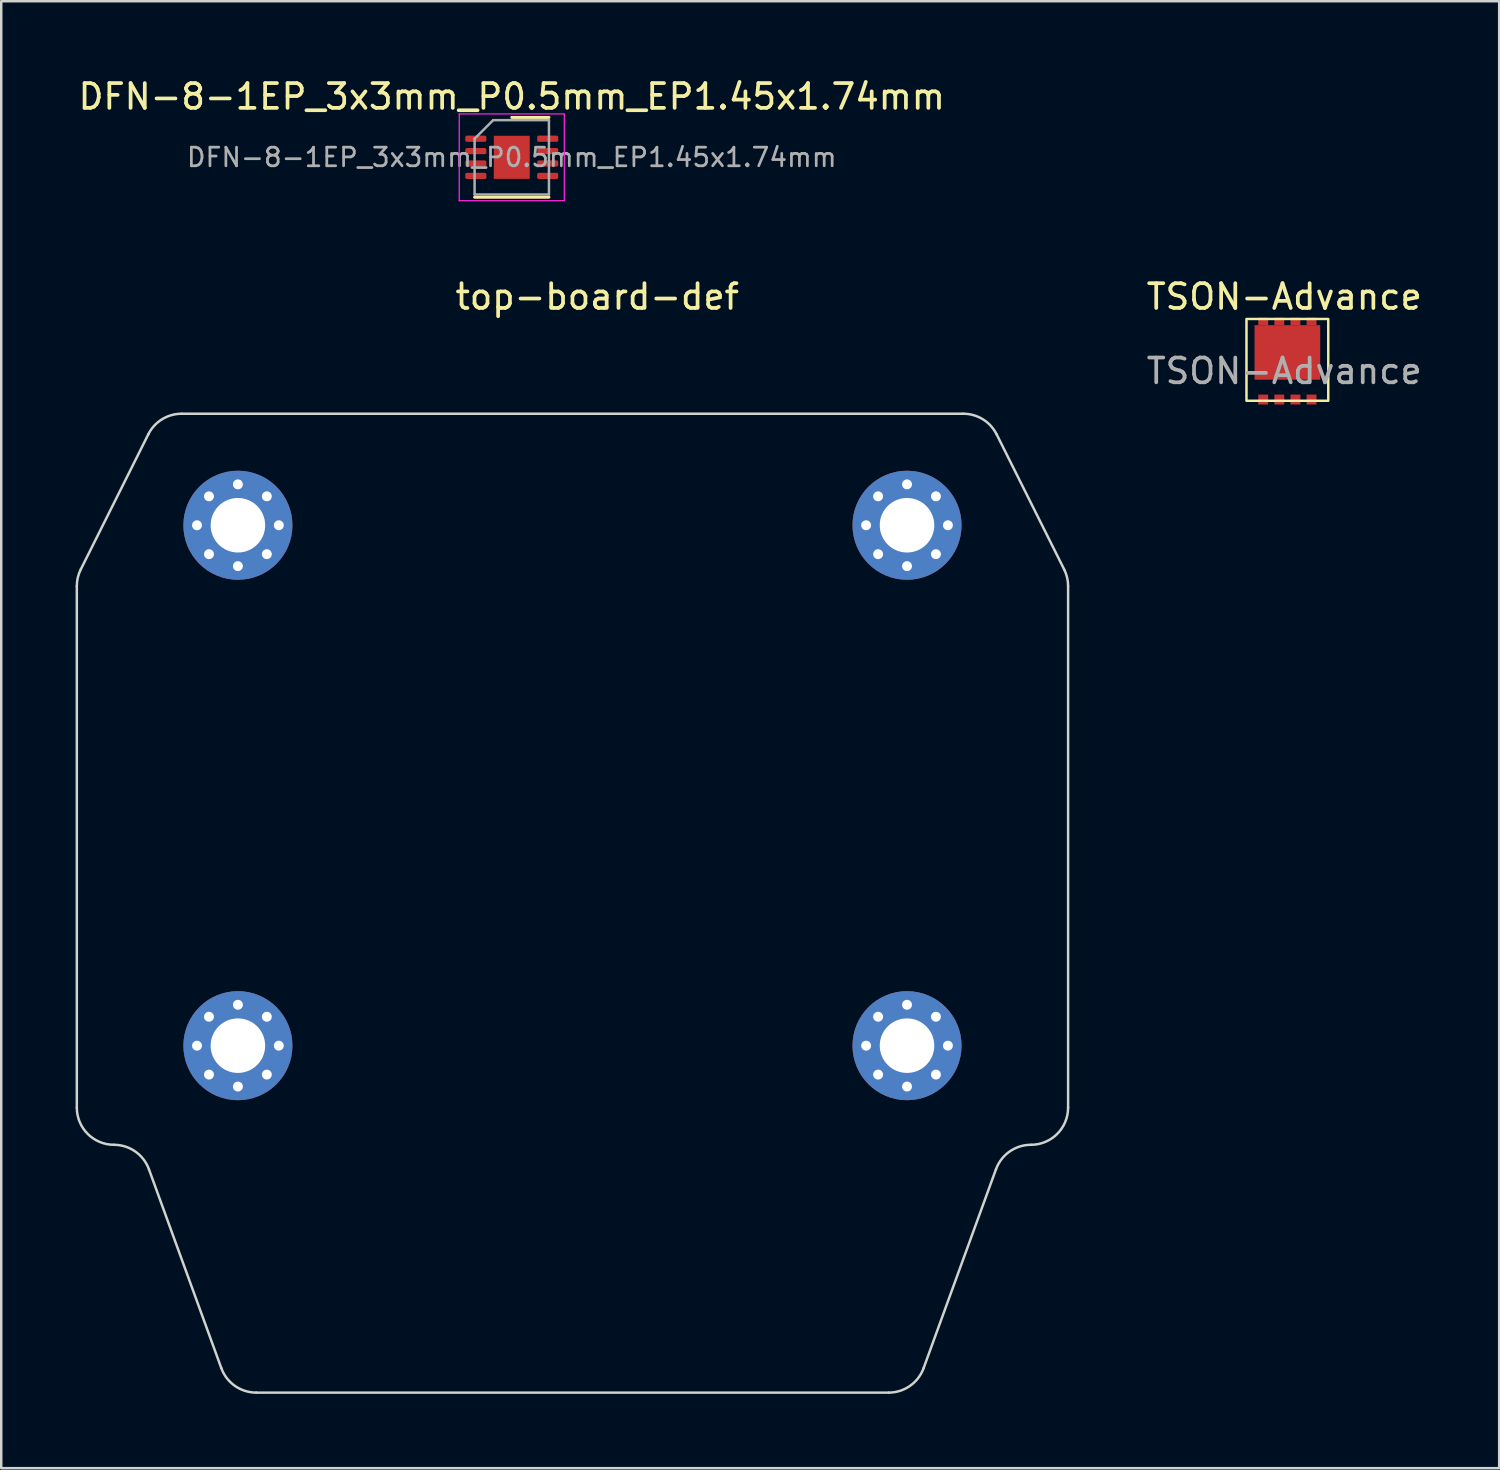
<source format=kicad_pcb>
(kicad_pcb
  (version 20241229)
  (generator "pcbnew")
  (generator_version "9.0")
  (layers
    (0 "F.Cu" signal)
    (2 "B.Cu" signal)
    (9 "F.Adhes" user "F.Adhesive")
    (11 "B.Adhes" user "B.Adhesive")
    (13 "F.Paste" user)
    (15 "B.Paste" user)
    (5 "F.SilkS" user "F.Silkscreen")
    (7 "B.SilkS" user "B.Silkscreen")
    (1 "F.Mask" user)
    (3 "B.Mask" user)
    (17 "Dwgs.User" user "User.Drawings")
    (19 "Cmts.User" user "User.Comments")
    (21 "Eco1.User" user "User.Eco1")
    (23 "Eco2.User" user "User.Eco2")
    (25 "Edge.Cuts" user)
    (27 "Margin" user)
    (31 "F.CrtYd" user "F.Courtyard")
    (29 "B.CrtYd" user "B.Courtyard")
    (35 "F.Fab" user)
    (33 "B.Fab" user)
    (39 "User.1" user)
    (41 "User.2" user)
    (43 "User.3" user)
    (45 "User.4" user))
  (footprint "DFN-8-1EP_3x3mm_P0.5mm_EP1.45x1.74mm"
    (layer "F.Cu")
    (at 17.601 3.298)
    (property "Reference" "DFN-8-1EP_3x3mm_P0.5mm_EP1.45x1.74mm" (at 0 -2.45 0) (layer "F.SilkS") (effects (font (size 1 1) (thickness 0.15))))
    (attr smd)
    (fp_line (start -1.5 1.61) (end 1.5 1.61) (stroke (width 0.12) (type solid)) (layer "F.SilkS"))
    (fp_line (start 0 -1.61) (end 1.5 -1.61) (stroke (width 0.12) (type solid)) (layer "F.SilkS"))
    (fp_line (start -2.12 -1.75) (end -2.12 1.75) (stroke (width 0.05) (type solid)) (layer "F.CrtYd"))
    (fp_line (start -2.12 1.75) (end 2.12 1.75) (stroke (width 0.05) (type solid)) (layer "F.CrtYd"))
    (fp_line (start 2.12 -1.75) (end -2.12 -1.75) (stroke (width 0.05) (type solid)) (layer "F.CrtYd"))
    (fp_line (start 2.12 1.75) (end 2.12 -1.75) (stroke (width 0.05) (type solid)) (layer "F.CrtYd"))
    (fp_line (start -1.5 -0.75) (end -0.75 -1.5) (stroke (width 0.1) (type solid)) (layer "F.Fab"))
    (fp_line (start -1.5 1.5) (end -1.5 -0.75) (stroke (width 0.1) (type solid)) (layer "F.Fab"))
    (fp_line (start -0.75 -1.5) (end 1.5 -1.5) (stroke (width 0.1) (type solid)) (layer "F.Fab"))
    (fp_line (start 1.5 -1.5) (end 1.5 1.5) (stroke (width 0.1) (type solid)) (layer "F.Fab"))
    (fp_line (start 1.5 1.5) (end -1.5 1.5) (stroke (width 0.1) (type solid)) (layer "F.Fab"))
    (fp_text user "${REFERENCE}" (at 0 0 0) (layer "F.Fab") (effects (font (size 0.75 0.75) (thickness 0.11))))
    (pad "" smd roundrect (at 0 0) (size 1.2 1.4) (layers "F.Paste") (roundrect_rratio 0.188))
    (pad "1" smd roundrect (at -1.45 -0.75) (size 0.85 0.25) (layers "F.Cu" "F.Mask" "F.Paste") (roundrect_rratio 0.25))
    (pad "2" smd roundrect (at -1.45 -0.25) (size 0.85 0.25) (layers "F.Cu" "F.Mask" "F.Paste") (roundrect_rratio 0.25))
    (pad "3" smd roundrect (at -1.45 0.25) (size 0.85 0.25) (layers "F.Cu" "F.Mask" "F.Paste") (roundrect_rratio 0.25))
    (pad "4" smd roundrect (at -1.45 0.75) (size 0.85 0.25) (layers "F.Cu" "F.Mask" "F.Paste") (roundrect_rratio 0.25))
    (pad "5" smd roundrect (at 1.45 0.75) (size 0.85 0.25) (layers "F.Cu" "F.Mask" "F.Paste") (roundrect_rratio 0.25))
    (pad "6" smd roundrect (at 1.45 0.25) (size 0.85 0.25) (layers "F.Cu" "F.Mask" "F.Paste") (roundrect_rratio 0.25))
    (pad "7" smd roundrect (at 1.45 -0.25) (size 0.85 0.25) (layers "F.Cu" "F.Mask" "F.Paste") (roundrect_rratio 0.25))
    (pad "8" smd roundrect (at 1.45 -0.75) (size 0.85 0.25) (layers "F.Cu" "F.Mask" "F.Paste") (roundrect_rratio 0.25))
    (pad "9" smd rect (at 0 0) (size 1.45 1.74) (layers "F.Cu" "F.Mask")))
  (footprint "top-board-def"
    (layer "F.Cu")
    (at 20.05 28.422)
    (property "Reference" "top-board-def" (at 1 -19.5 0) (unlocked yes) (layer "F.SilkS") (effects (font (size 1 1) (thickness 0.15))))
    (fp_line (start -20 -7.823) (end -20 13.223) (stroke (width 0.1) (type solid)) (layer "Edge.Cuts"))
    (fp_line (start -19.842 -8.494) (end -17.115 -13.948) (stroke (width 0.1) (type solid)) (layer "Edge.Cuts"))
    (fp_line (start -17.09 15.71) (end -14.169 23.736) (stroke (width 0.1) (type solid)) (layer "Edge.Cuts"))
    (fp_line (start -12.76 24.723) (end 12.76 24.723) (stroke (width 0.1) (type solid)) (layer "Edge.Cuts"))
    (fp_line (start 15.773 -14.777) (end -15.773 -14.777) (stroke (width 0.1) (type solid)) (layer "Edge.Cuts"))
    (fp_line (start 17.09 15.71) (end 14.169 23.736) (stroke (width 0.1) (type solid)) (layer "Edge.Cuts"))
    (fp_line (start 17.115 -13.948) (end 19.842 -8.494) (stroke (width 0.1) (type solid)) (layer "Edge.Cuts"))
    (fp_line (start 20 13.223) (end 20 -7.823) (stroke (width 0.1) (type solid)) (layer "Edge.Cuts"))
    (fp_arc (start -20.000001 -7.822819) (mid -19.959875 -8.167448) (end -19.841642 -8.493639) (stroke (width 0.1) (type solid)) (layer "Edge.Cuts"))
    (fp_arc (start -18.500001 14.723079) (mid -19.560661 14.283739) (end -20.000001 13.223079) (stroke (width 0.1) (type solid)) (layer "Edge.Cuts"))
    (fp_arc (start -18.500001 14.723079) (mid -17.639636 14.994351) (end -17.090462 15.710049) (stroke (width 0.1) (type solid)) (layer "Edge.Cuts"))
    (fp_arc (start -17.114591 -13.947741) (mid -16.561547 -14.552897) (end -15.77295 -14.776921) (stroke (width 0.1) (type solid)) (layer "Edge.Cuts"))
    (fp_arc (start -12.759676 24.723079) (mid -13.620052 24.451817) (end -14.169215 23.736109) (stroke (width 0.1) (type solid)) (layer "Edge.Cuts"))
    (fp_arc (start 14.169213 23.736109) (mid 13.620039 24.451807) (end 12.759674 24.723079) (stroke (width 0.1) (type solid)) (layer "Edge.Cuts"))
    (fp_arc (start 15.772948 -14.776921) (mid 16.561545 -14.552897) (end 17.114589 -13.947741) (stroke (width 0.1) (type solid)) (layer "Edge.Cuts"))
    (fp_arc (start 17.09046 15.710049) (mid 17.639634 14.994351) (end 18.499999 14.723079) (stroke (width 0.1) (type solid)) (layer "Edge.Cuts"))
    (fp_arc (start 19.84164 -8.493639) (mid 19.959872 -8.167448) (end 19.999999 -7.822819) (stroke (width 0.1) (type solid)) (layer "Edge.Cuts"))
    (fp_arc (start 19.999999 13.223079) (mid 19.560659 14.283739) (end 18.499999 14.723079) (stroke (width 0.1) (type solid)) (layer "Edge.Cuts"))
    (pad "1" thru_hole circle (at -15.15 -10.277) (size 0.7 0.7) (drill 0.4) (layers "*.Cu" "*.Mask"))
    (pad "1" thru_hole circle (at -15.15 10.723) (size 0.7 0.7) (drill 0.4) (layers "*.Cu" "*.Mask"))
    (pad "1" thru_hole circle (at -14.667 -11.444) (size 0.7 0.7) (drill 0.4) (layers "*.Cu" "*.Mask"))
    (pad "1" thru_hole circle (at -14.667 -9.11) (size 0.7 0.7) (drill 0.4) (layers "*.Cu" "*.Mask"))
    (pad "1" thru_hole circle (at -14.667 9.556) (size 0.7 0.7) (drill 0.4) (layers "*.Cu" "*.Mask"))
    (pad "1" thru_hole circle (at -14.667 11.89) (size 0.7 0.7) (drill 0.4) (layers "*.Cu" "*.Mask"))
    (pad "1" thru_hole circle (at -13.5 -11.927) (size 0.7 0.7) (drill 0.4) (layers "*.Cu" "*.Mask"))
    (pad "1" thru_hole circle (at -13.5 -10.277) (size 4.4 4.4) (drill 2.2) (layers "*.Cu" "*.Mask"))
    (pad "1" thru_hole circle (at -13.5 -8.627) (size 0.7 0.7) (drill 0.4) (layers "*.Cu" "*.Mask"))
    (pad "1" thru_hole circle (at -13.5 9.073) (size 0.7 0.7) (drill 0.4) (layers "*.Cu" "*.Mask"))
    (pad "1" thru_hole circle (at -13.5 10.723) (size 4.4 4.4) (drill 2.2) (layers "*.Cu" "*.Mask"))
    (pad "1" thru_hole circle (at -13.5 12.373) (size 0.7 0.7) (drill 0.4) (layers "*.Cu" "*.Mask"))
    (pad "1" thru_hole circle (at -12.333 -11.444) (size 0.7 0.7) (drill 0.4) (layers "*.Cu" "*.Mask"))
    (pad "1" thru_hole circle (at -12.333 -9.11) (size 0.7 0.7) (drill 0.4) (layers "*.Cu" "*.Mask"))
    (pad "1" thru_hole circle (at -12.333 9.556) (size 0.7 0.7) (drill 0.4) (layers "*.Cu" "*.Mask"))
    (pad "1" thru_hole circle (at -12.333 11.89) (size 0.7 0.7) (drill 0.4) (layers "*.Cu" "*.Mask"))
    (pad "1" thru_hole circle (at -11.85 -10.277) (size 0.7 0.7) (drill 0.4) (layers "*.Cu" "*.Mask"))
    (pad "1" thru_hole circle (at -11.85 10.723) (size 0.7 0.7) (drill 0.4) (layers "*.Cu" "*.Mask"))
    (pad "1" thru_hole circle (at 11.85 -10.277) (size 0.7 0.7) (drill 0.4) (layers "*.Cu" "*.Mask"))
    (pad "1" thru_hole circle (at 11.85 10.723) (size 0.7 0.7) (drill 0.4) (layers "*.Cu" "*.Mask"))
    (pad "1" thru_hole circle (at 12.333 -11.444) (size 0.7 0.7) (drill 0.4) (layers "*.Cu" "*.Mask"))
    (pad "1" thru_hole circle (at 12.333 -9.11) (size 0.7 0.7) (drill 0.4) (layers "*.Cu" "*.Mask"))
    (pad "1" thru_hole circle (at 12.333 9.556) (size 0.7 0.7) (drill 0.4) (layers "*.Cu" "*.Mask"))
    (pad "1" thru_hole circle (at 12.333 11.89) (size 0.7 0.7) (drill 0.4) (layers "*.Cu" "*.Mask"))
    (pad "1" thru_hole circle (at 13.5 -11.927) (size 0.7 0.7) (drill 0.4) (layers "*.Cu" "*.Mask"))
    (pad "1" thru_hole circle (at 13.5 -10.277) (size 4.4 4.4) (drill 2.2) (layers "*.Cu" "*.Mask"))
    (pad "1" thru_hole circle (at 13.5 -8.627) (size 0.7 0.7) (drill 0.4) (layers "*.Cu" "*.Mask"))
    (pad "1" thru_hole circle (at 13.5 9.073) (size 0.7 0.7) (drill 0.4) (layers "*.Cu" "*.Mask"))
    (pad "1" thru_hole circle (at 13.5 10.723) (size 4.4 4.4) (drill 2.2) (layers "*.Cu" "*.Mask"))
    (pad "1" thru_hole circle (at 13.5 12.373) (size 0.7 0.7) (drill 0.4) (layers "*.Cu" "*.Mask"))
    (pad "1" thru_hole circle (at 14.667 -11.444) (size 0.7 0.7) (drill 0.4) (layers "*.Cu" "*.Mask"))
    (pad "1" thru_hole circle (at 14.667 -9.11) (size 0.7 0.7) (drill 0.4) (layers "*.Cu" "*.Mask"))
    (pad "1" thru_hole circle (at 14.667 9.556) (size 0.7 0.7) (drill 0.4) (layers "*.Cu" "*.Mask"))
    (pad "1" thru_hole circle (at 14.667 11.89) (size 0.7 0.7) (drill 0.4) (layers "*.Cu" "*.Mask"))
    (pad "1" thru_hole circle (at 15.15 -10.277) (size 0.7 0.7) (drill 0.4) (layers "*.Cu" "*.Mask"))
    (pad "1" thru_hole circle (at 15.15 10.723) (size 0.7 0.7) (drill 0.4) (layers "*.Cu" "*.Mask")))
  (footprint "TSON-Advance"
    (layer "F.Cu")
    (at 48.898 11.472)
    (property "Reference" "TSON-Advance" (at -0.125 -2.55 0) (unlocked yes) (layer "F.SilkS") (effects (font (size 1 1) (thickness 0.15))))
    (attr smd)
    (fp_rect (start -1.65 -1.65) (end 1.65 1.65) (stroke (width 0.1) (type solid)) (fill no) (layer "F.SilkS"))
    (fp_text user "${REFERENCE}" (at -0.125 0.45 0) (unlocked yes) (layer "F.Fab") (effects (font (size 1 1) (thickness 0.15))))
    (pad "1" smd rect (at -0.975 1.6) (size 0.4 0.4) (layers "F.Cu" "F.Mask" "F.Paste"))
    (pad "1" smd rect (at -0.325 1.6) (size 0.4 0.4) (layers "F.Cu" "F.Mask" "F.Paste"))
    (pad "1" smd rect (at 0.325 1.6) (size 0.4 0.4) (layers "F.Cu" "F.Mask" "F.Paste"))
    (pad "2" smd rect (at 0.975 1.6) (size 0.4 0.4) (layers "F.Cu" "F.Mask" "F.Paste"))
    (pad "3" smd rect (at -0.975 -1.55) (size 0.4 0.3) (layers "F.Cu" "F.Mask" "F.Paste"))
    (pad "3" smd rect (at -0.325 -1.55) (size 0.4 0.3) (layers "F.Cu" "F.Mask" "F.Paste"))
    (pad "3" smd rect (at 0 -0.3) (size 2.65 2.2) (layers "F.Cu" "F.Mask" "F.Paste"))
    (pad "3" smd rect (at 0.325 -1.55) (size 0.4 0.3) (layers "F.Cu" "F.Mask" "F.Paste"))
    (pad "3" smd rect (at 0.975 -1.55) (size 0.4 0.3) (layers "F.Cu" "F.Mask" "F.Paste")))
  (gr_rect
    (start -3 -3)
    (end 57.445 56.195)
    (stroke (width 0.1) (type default))
    (fill no)
    (layer "Edge.Cuts")))
</source>
